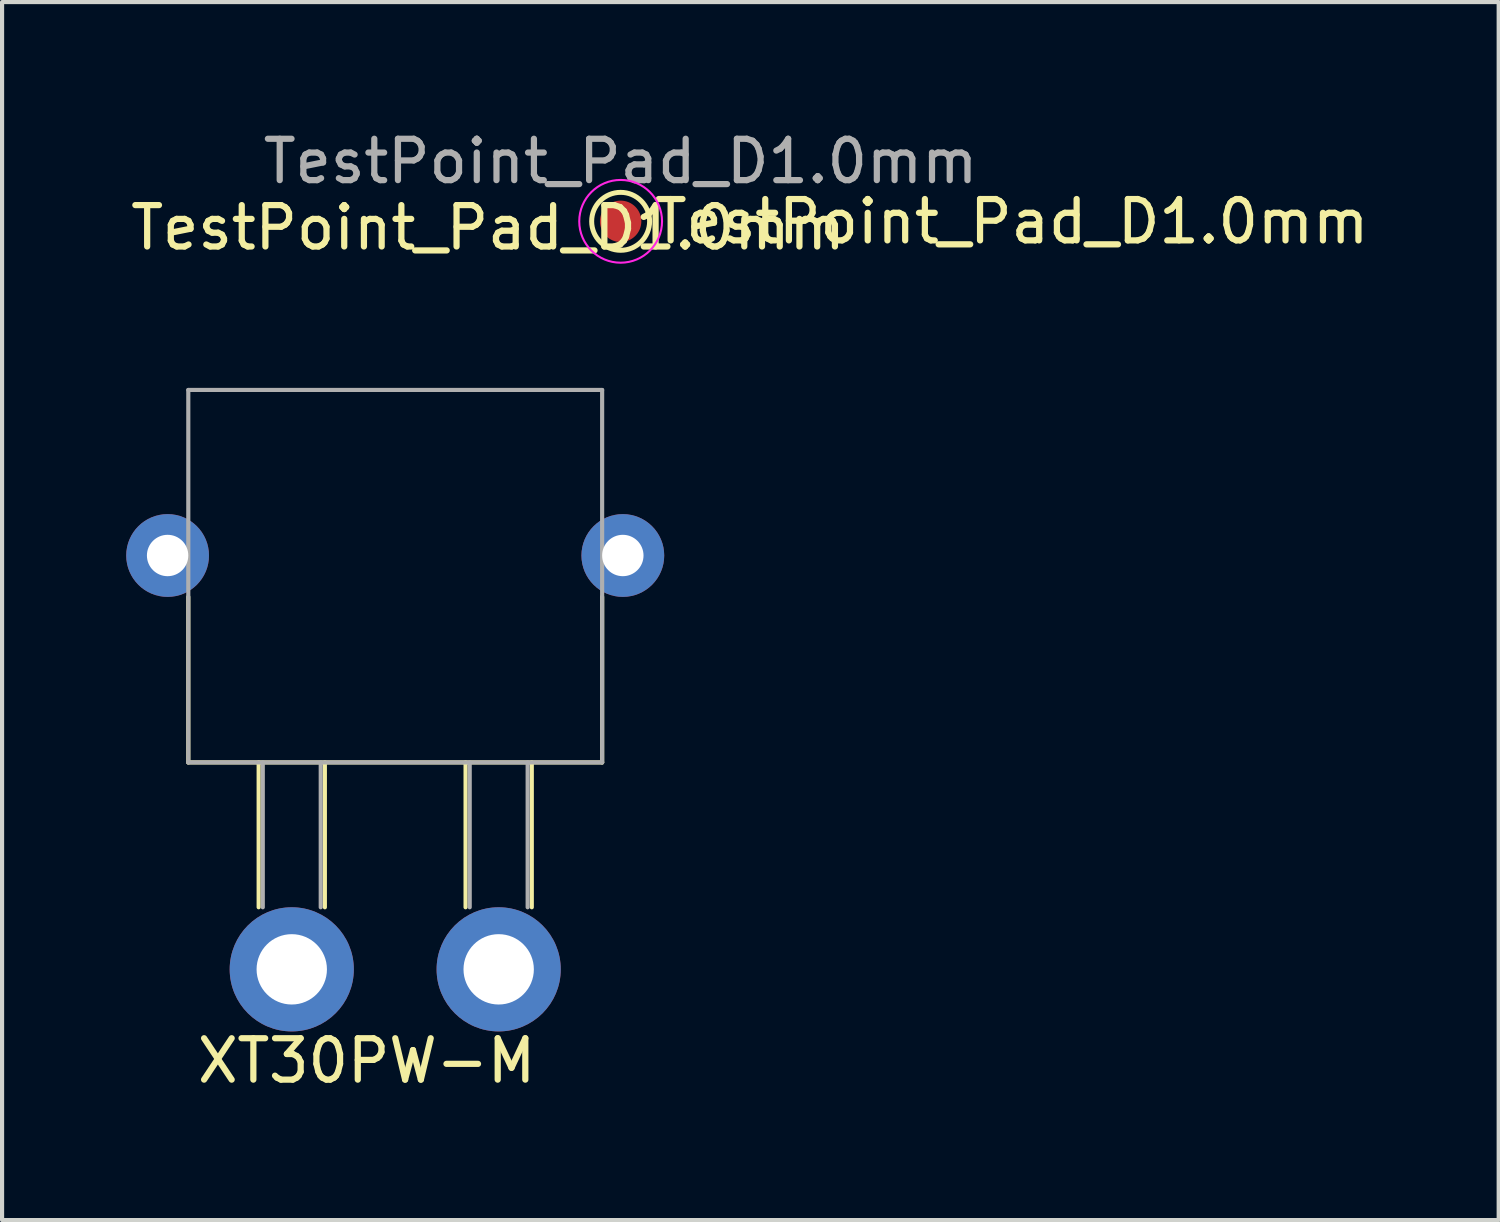
<source format=kicad_pcb>
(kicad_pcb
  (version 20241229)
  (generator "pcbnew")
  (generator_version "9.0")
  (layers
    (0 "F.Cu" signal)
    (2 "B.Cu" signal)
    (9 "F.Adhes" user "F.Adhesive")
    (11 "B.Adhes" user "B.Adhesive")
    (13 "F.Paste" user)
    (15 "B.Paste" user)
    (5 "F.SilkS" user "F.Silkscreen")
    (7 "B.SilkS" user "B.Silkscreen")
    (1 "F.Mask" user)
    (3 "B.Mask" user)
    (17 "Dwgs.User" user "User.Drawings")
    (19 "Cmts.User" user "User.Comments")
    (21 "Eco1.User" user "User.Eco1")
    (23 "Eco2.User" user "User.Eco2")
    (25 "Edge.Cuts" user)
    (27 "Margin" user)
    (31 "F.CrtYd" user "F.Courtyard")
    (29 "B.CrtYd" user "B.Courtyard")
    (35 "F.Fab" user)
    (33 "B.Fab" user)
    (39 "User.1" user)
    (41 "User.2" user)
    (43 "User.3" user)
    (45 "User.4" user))
  (footprint "XT30PW-M"
    (layer "F.Cu")
    (at 6.5 20.373)
    (property "Reference" "XT30PW-M" (at -0.69 2.21 0) (unlocked yes) (layer "F.SilkS") (effects (font (size 1 1) (thickness 0.15))))
    (attr smd)
    (fp_line (start -5 -5) (end -5 -9) (stroke (width 0.1) (type default)) (layer "F.SilkS"))
    (fp_line (start -5 -5) (end 5 -5) (stroke (width 0.1) (type default)) (layer "F.SilkS"))
    (fp_line (start -3.3 -5) (end -3.3 -1.5) (stroke (width 0.1) (type default)) (layer "F.SilkS"))
    (fp_line (start -1.7 -5) (end -1.7 -1.5) (stroke (width 0.1) (type default)) (layer "F.SilkS"))
    (fp_line (start 1.7 -5) (end 1.7 -1.5) (stroke (width 0.1) (type default)) (layer "F.SilkS"))
    (fp_line (start 3.3 -5) (end 3.3 -1.5) (stroke (width 0.1) (type default)) (layer "F.SilkS"))
    (fp_line (start 5 -5) (end 5 -9) (stroke (width 0.1) (type default)) (layer "F.SilkS"))
    (fp_line (start -5 -14) (end 5 -14) (stroke (width 0.1) (type default)) (layer "F.Fab"))
    (fp_line (start -5 -5) (end -5 -14) (stroke (width 0.1) (type default)) (layer "F.Fab"))
    (fp_line (start -3.2 -1.5) (end -3.2 -5) (stroke (width 0.1) (type default)) (layer "F.Fab"))
    (fp_line (start -1.8 -1.5) (end -1.8 -5) (stroke (width 0.1) (type default)) (layer "F.Fab"))
    (fp_line (start 1.8 -1.5) (end 1.8 -5) (stroke (width 0.1) (type default)) (layer "F.Fab"))
    (fp_line (start 3.2 -1.5) (end 3.2 -5) (stroke (width 0.1) (type default)) (layer "F.Fab"))
    (fp_line (start 5 -14) (end 5 -5) (stroke (width 0.1) (type default)) (layer "F.Fab"))
    (fp_line (start 5 -5) (end -5 -5) (stroke (width 0.1) (type default)) (layer "F.Fab"))
    (pad "1" thru_hole circle (at -2.5 0) (size 3 3) (drill 1.7) (layers "*.Cu" "*.Mask"))
    (pad "2" thru_hole circle (at 2.5 0) (size 3 3) (drill 1.7) (layers "*.Cu" "*.Mask"))
    (pad "3" thru_hole circle (at -5.5 -10) (size 2 2) (drill 1) (layers "*.Cu" "*.Mask"))
    (pad "4" thru_hole circle (at 5.5 -10) (size 2 2) (drill 1) (layers "*.Cu" "*.Mask")))
  (footprint "TestPoint_Pad_D1.0mm"
    (layer "F.Cu")
    (at 11.947 2.298)
    (property "Reference" "TestPoint_Pad_D1.0mm" (at -3.203 0.153 0) (layer "F.SilkS") (effects (font (size 1 1) (thickness 0.15))))
    (property "Value" "TestPoint_Pad_D1.0mm" (at 0 1.55 0) (layer "F.Fab") (hide yes) (effects (font (size 1 1) (thickness 0.15))))
    (attr exclude_from_pos_files exclude_from_bom)
    (fp_circle (center 0 0) (end 0 0.7) (stroke (width 0.12) (type solid)) (fill no) (layer "F.SilkS"))
    (fp_circle (center 0 0) (end 1 0) (stroke (width 0.05) (type solid)) (fill no) (layer "F.CrtYd"))
    (fp_text user "${VALUE}" (at 0.729 0.591 0) (unlocked yes) (layer "F.SilkS") (effects (font (size 1 1) (thickness 0.15)) (justify left bottom)))
    (fp_text user "${REFERENCE}" (at 0 -1.45 0) (layer "F.Fab") (effects (font (size 1 1) (thickness 0.15))))
    (pad "1" smd circle (at 0 0) (size 1 1) (layers "F.Cu" "F.Mask")))
  (gr_rect
    (start -3 -3)
    (end 33.164 26.431)
    (stroke (width 0.1) (type default))
    (fill no)
    (layer "Edge.Cuts")))
</source>
